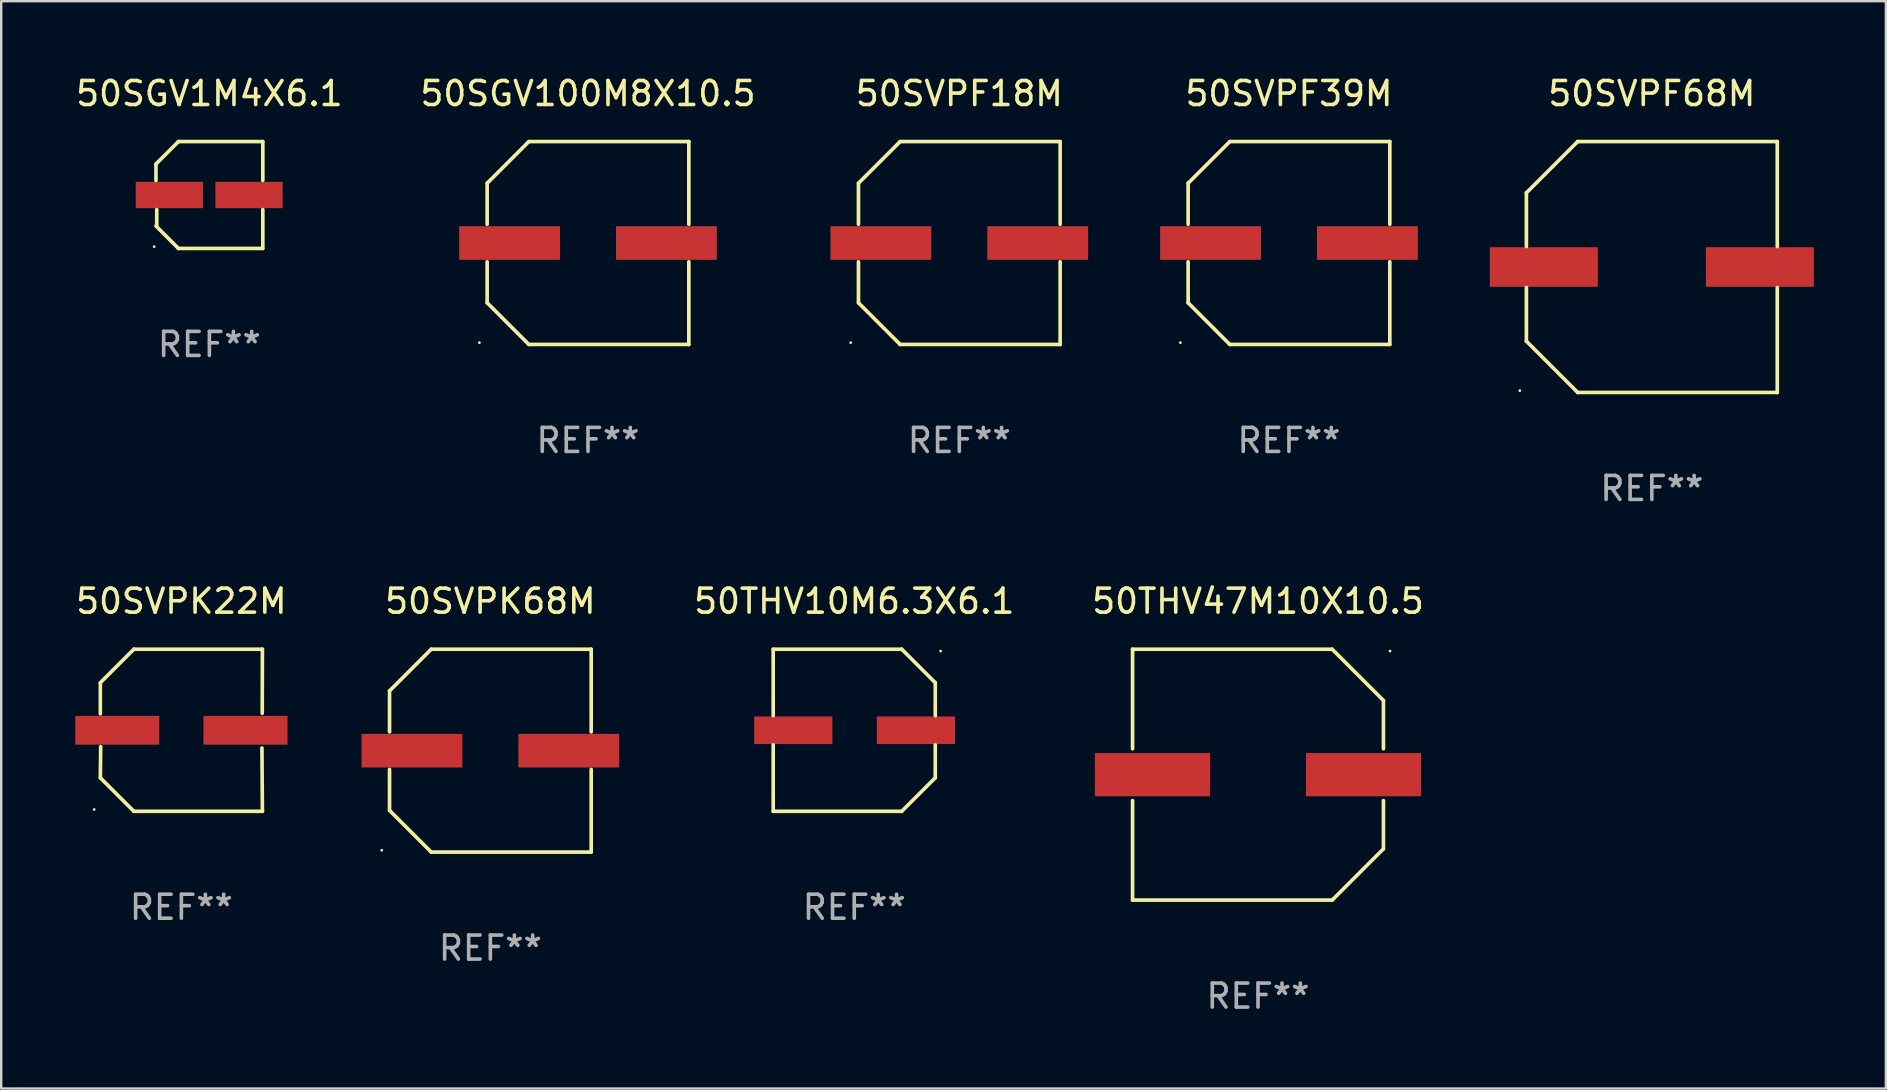
<source format=kicad_pcb>
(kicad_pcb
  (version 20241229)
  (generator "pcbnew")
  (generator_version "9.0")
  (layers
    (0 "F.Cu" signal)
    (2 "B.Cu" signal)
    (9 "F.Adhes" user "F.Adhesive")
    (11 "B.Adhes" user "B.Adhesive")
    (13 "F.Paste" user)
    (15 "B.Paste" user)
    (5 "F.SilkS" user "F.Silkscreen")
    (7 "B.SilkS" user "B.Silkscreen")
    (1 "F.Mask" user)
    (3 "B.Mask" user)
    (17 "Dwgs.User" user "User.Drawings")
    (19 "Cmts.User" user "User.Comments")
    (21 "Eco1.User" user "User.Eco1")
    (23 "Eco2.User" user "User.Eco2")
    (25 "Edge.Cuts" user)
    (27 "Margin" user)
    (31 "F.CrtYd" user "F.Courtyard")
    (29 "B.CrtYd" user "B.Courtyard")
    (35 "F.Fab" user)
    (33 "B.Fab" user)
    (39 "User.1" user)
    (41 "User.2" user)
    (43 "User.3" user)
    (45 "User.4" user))
  (footprint "50SGV1M4X6.1"
    (layer "F.Cu")
    (at 5.673 5.074)
    (property "Reference" "50SGV1M4X6.1" (at 0 -4.226 0) (layer "F.SilkS") (effects (font (size 1 1) (thickness 0.15))))
    (attr through_hole)
    (fp_line (start -2.226 -1.29) (end -2.226 -0.607) (stroke (width 0.152) (type solid)) (layer "F.SilkS"))
    (fp_line (start -2.193 1.29) (end -2.193 0.607) (stroke (width 0.152) (type solid)) (layer "F.SilkS"))
    (fp_line (start -1.29 2.226) (end -2.226 1.29) (stroke (width 0.152) (type solid)) (layer "F.SilkS"))
    (fp_line (start -1.29 -2.226) (end -2.226 -1.29) (stroke (width 0.152) (type solid)) (layer "F.SilkS"))
    (fp_line (start 2.226 -2.226) (end -1.29 -2.226) (stroke (width 0.152) (type solid)) (layer "F.SilkS"))
    (fp_line (start 2.226 -0.607) (end 2.226 -2.226) (stroke (width 0.152) (type solid)) (layer "F.SilkS"))
    (fp_line (start 2.226 0.607) (end 2.226 2.226) (stroke (width 0.152) (type solid)) (layer "F.SilkS"))
    (fp_line (start 2.226 2.226) (end -1.29 2.226) (stroke (width 0.152) (type solid)) (layer "F.SilkS"))
    (fp_circle (center -2.3 2.15) (end -2.27 2.15) (stroke (width 0.06) (type solid)) (fill no) (layer "F.SilkS"))
    (fp_text user "REF**" (at 0 6.226 0) (layer "F.Fab") (effects (font (size 1 1) (thickness 0.15))))
    (pad "1" smd rect (at -1.67 -0.000025) (size 2.8 1.1) (layers "F.Cu" "F.Mask" "F.Paste"))
    (pad "2" smd rect (at 1.651 -0.000025) (size 2.8 1.1) (layers "F.Cu" "F.Mask" "F.Paste")))
  (footprint "50SVPF68M"
    (layer "F.Cu")
    (at 65.766 8.074)
    (property "Reference" "50SVPF68M" (at 0 -7.226 0) (layer "F.SilkS") (effects (font (size 1 1) (thickness 0.15))))
    (attr through_hole)
    (fp_line (start -5.226 -3.09) (end -5.226 -0.852) (stroke (width 0.152) (type solid)) (layer "F.SilkS"))
    (fp_line (start -5.226 3.09) (end -5.226 0.852) (stroke (width 0.152) (type solid)) (layer "F.SilkS"))
    (fp_line (start -3.09 -5.226) (end -5.226 -3.09) (stroke (width 0.152) (type solid)) (layer "F.SilkS"))
    (fp_line (start -3.09 5.226) (end -5.226 3.09) (stroke (width 0.152) (type solid)) (layer "F.SilkS"))
    (fp_line (start 5.226 -5.226) (end -3.09 -5.226) (stroke (width 0.152) (type solid)) (layer "F.SilkS"))
    (fp_line (start 5.226 -0.852) (end 5.226 -5.226) (stroke (width 0.152) (type solid)) (layer "F.SilkS"))
    (fp_line (start 5.226 0.852) (end 5.226 5.226) (stroke (width 0.152) (type solid)) (layer "F.SilkS"))
    (fp_line (start 5.226 5.226) (end -3.09 5.226) (stroke (width 0.152) (type solid)) (layer "F.SilkS"))
    (fp_circle (center -5.5 5.15) (end -5.47 5.15) (stroke (width 0.06) (type solid)) (fill no) (layer "F.SilkS"))
    (fp_text user "REF**" (at 0 9.226 0) (layer "F.Fab") (effects (font (size 1 1) (thickness 0.15))))
    (pad "1" smd rect (at -4.5 -0.000025) (size 4.5 1.65) (layers "F.Cu" "F.Mask" "F.Paste"))
    (pad "2" smd rect (at 4.5 -0.000025) (size 4.5 1.65) (layers "F.Cu" "F.Mask" "F.Paste")))
  (footprint "50SVPK68M"
    (layer "F.Cu")
    (at 17.379 28.223)
    (property "Reference" "50SVPK68M" (at 0 -6.226 0) (layer "F.SilkS") (effects (font (size 1 1) (thickness 0.15))))
    (attr through_hole)
    (fp_line (start -4.201 -2.49) (end -4.201 -0.782) (stroke (width 0.152) (type solid)) (layer "F.SilkS"))
    (fp_line (start -4.201 2.49) (end -4.201 0.782) (stroke (width 0.152) (type solid)) (layer "F.SilkS"))
    (fp_line (start -2.465 -4.226) (end -4.201 -2.49) (stroke (width 0.152) (type solid)) (layer "F.SilkS"))
    (fp_line (start -2.465 4.226) (end -4.201 2.49) (stroke (width 0.152) (type solid)) (layer "F.SilkS"))
    (fp_line (start 4.201 -4.226) (end -2.465 -4.226) (stroke (width 0.152) (type solid)) (layer "F.SilkS"))
    (fp_line (start 4.201 -0.782) (end 4.201 -4.226) (stroke (width 0.152) (type solid)) (layer "F.SilkS"))
    (fp_line (start 4.201 0.782) (end 4.201 4.226) (stroke (width 0.152) (type solid)) (layer "F.SilkS"))
    (fp_line (start 4.201 4.226) (end -2.465 4.226) (stroke (width 0.152) (type solid)) (layer "F.SilkS"))
    (fp_circle (center -4.524 4.15) (end -4.494 4.15) (stroke (width 0.06) (type solid)) (fill no) (layer "F.SilkS"))
    (fp_text user "REF**" (at 0 8.226 0) (layer "F.Fab") (effects (font (size 1 1) (thickness 0.15))))
    (pad "1" smd rect (at -3.267 0) (size 4.2 1.4) (layers "F.Cu" "F.Mask" "F.Paste"))
    (pad "2" smd rect (at 3.267 0) (size 4.2 1.4) (layers "F.Cu" "F.Mask" "F.Paste")))
  (footprint "50THV10M6.3X6.1"
    (layer "F.Cu")
    (at 32.538 27.373)
    (property "Reference" "50THV10M6.3X6.1" (at 0 -5.376 0) (layer "F.SilkS") (effects (font (size 1 1) (thickness 0.15))))
    (attr through_hole)
    (fp_line (start -3.376 -3.376) (end 1.98 -3.376) (stroke (width 0.152) (type solid)) (layer "F.SilkS"))
    (fp_line (start -3.376 -0.607) (end -3.376 -3.376) (stroke (width 0.152) (type solid)) (layer "F.SilkS"))
    (fp_line (start -3.376 0.607) (end -3.376 3.376) (stroke (width 0.152) (type solid)) (layer "F.SilkS"))
    (fp_line (start -3.376 3.376) (end 1.98 3.376) (stroke (width 0.152) (type solid)) (layer "F.SilkS"))
    (fp_line (start 1.98 -3.376) (end 3.376 -1.98) (stroke (width 0.152) (type solid)) (layer "F.SilkS"))
    (fp_line (start 1.98 3.376) (end 3.376 1.98) (stroke (width 0.152) (type solid)) (layer "F.SilkS"))
    (fp_line (start 3.376 -1.98) (end 3.376 -0.607) (stroke (width 0.152) (type solid)) (layer "F.SilkS"))
    (fp_line (start 3.376 1.98) (end 3.376 0.607) (stroke (width 0.152) (type solid)) (layer "F.SilkS"))
    (fp_circle (center 3.6 -3.3) (end 3.63 -3.3) (stroke (width 0.06) (type solid)) (fill no) (layer "F.SilkS"))
    (fp_text user "REF**" (at 0 7.376 0) (layer "F.Fab") (effects (font (size 1 1) (thickness 0.15))))
    (pad "1" smd rect (at 2.57 0 180) (size 3.26 1.15) (layers "F.Cu" "F.Mask" "F.Paste"))
    (pad "2" smd rect (at -2.54 0 180) (size 3.26 1.15) (layers "F.Cu" "F.Mask" "F.Paste")))
  (footprint "50SGV100M8X10.5"
    (layer "F.Cu")
    (at 21.446 7.074)
    (property "Reference" "50SGV100M8X10.5" (at 0 -6.226 0) (layer "F.SilkS") (effects (font (size 1 1) (thickness 0.15))))
    (attr through_hole)
    (fp_line (start -4.201 -2.49) (end -4.201 -0.782) (stroke (width 0.152) (type solid)) (layer "F.SilkS"))
    (fp_line (start -4.201 2.49) (end -4.201 0.782) (stroke (width 0.152) (type solid)) (layer "F.SilkS"))
    (fp_line (start -2.465 -4.226) (end -4.201 -2.49) (stroke (width 0.152) (type solid)) (layer "F.SilkS"))
    (fp_line (start -2.465 4.226) (end -4.201 2.49) (stroke (width 0.152) (type solid)) (layer "F.SilkS"))
    (fp_line (start 4.201 -4.226) (end -2.465 -4.226) (stroke (width 0.152) (type solid)) (layer "F.SilkS"))
    (fp_line (start 4.201 -0.782) (end 4.201 -4.226) (stroke (width 0.152) (type solid)) (layer "F.SilkS"))
    (fp_line (start 4.201 0.782) (end 4.201 4.226) (stroke (width 0.152) (type solid)) (layer "F.SilkS"))
    (fp_line (start 4.201 4.226) (end -2.465 4.226) (stroke (width 0.152) (type solid)) (layer "F.SilkS"))
    (fp_circle (center -4.524 4.15) (end -4.494 4.15) (stroke (width 0.06) (type solid)) (fill no) (layer "F.SilkS"))
    (fp_text user "REF**" (at 0 8.226 0) (layer "F.Fab") (effects (font (size 1 1) (thickness 0.15))))
    (pad "1" smd rect (at -3.267 0) (size 4.2 1.4) (layers "F.Cu" "F.Mask" "F.Paste"))
    (pad "2" smd rect (at 3.267 0) (size 4.2 1.4) (layers "F.Cu" "F.Mask" "F.Paste")))
  (footprint "50THV47M10X10.5"
    (layer "F.Cu")
    (at 49.359 29.223)
    (property "Reference" "50THV47M10X10.5" (at 0 -7.226 0) (layer "F.SilkS") (effects (font (size 1 1) (thickness 0.15))))
    (attr through_hole)
    (fp_line (start -5.226 -5.226) (end -5.226 -1.08) (stroke (width 0.152) (type solid)) (layer "F.SilkS"))
    (fp_line (start -5.226 -5.226) (end 3.09 -5.226) (stroke (width 0.152) (type solid)) (layer "F.SilkS"))
    (fp_line (start -5.226 1.08) (end -5.226 5.226) (stroke (width 0.152) (type solid)) (layer "F.SilkS"))
    (fp_line (start -5.226 5.226) (end 3.09 5.226) (stroke (width 0.152) (type solid)) (layer "F.SilkS"))
    (fp_line (start 3.09 -5.226) (end 5.226 -3.09) (stroke (width 0.152) (type solid)) (layer "F.SilkS"))
    (fp_line (start 3.09 5.226) (end 5.226 3.09) (stroke (width 0.152) (type solid)) (layer "F.SilkS"))
    (fp_line (start 5.226 -1.08) (end 5.226 -3.09) (stroke (width 0.152) (type solid)) (layer "F.SilkS"))
    (fp_line (start 5.226 3.09) (end 5.226 1.08) (stroke (width 0.152) (type solid)) (layer "F.SilkS"))
    (fp_circle (center 5.5 -5.15) (end 5.53 -5.15) (stroke (width 0.06) (type solid)) (fill no) (layer "F.SilkS"))
    (fp_text user "REF**" (at 0 9.226 0) (layer "F.Fab") (effects (font (size 1 1) (thickness 0.15))))
    (pad "1" smd rect (at 4.395 0 180) (size 4.8 1.8) (layers "F.Cu" "F.Mask" "F.Paste"))
    (pad "2" smd rect (at -4.395 0 180) (size 4.8 1.8) (layers "F.Cu" "F.Mask" "F.Paste")))
  (footprint "50SVPK22M"
    (layer "F.Cu")
    (at 4.506 27.373)
    (property "Reference" "50SVPK22M" (at 0 -5.376 0) (layer "F.SilkS") (effects (font (size 1 1) (thickness 0.15))))
    (attr through_hole)
    (fp_line (start -3.376 -1.98) (end -3.376 -0.686) (stroke (width 0.152) (type solid)) (layer "F.SilkS"))
    (fp_line (start -3.376 1.981) (end -3.362 0.686) (stroke (width 0.152) (type solid)) (layer "F.SilkS"))
    (fp_line (start -1.981 3.376) (end -3.376 1.981) (stroke (width 0.152) (type solid)) (layer "F.SilkS"))
    (fp_line (start -1.98 -3.376) (end -3.376 -1.98) (stroke (width 0.152) (type solid)) (layer "F.SilkS"))
    (fp_line (start 3.356 0.74) (end 3.376 3.376) (stroke (width 0.152) (type solid)) (layer "F.SilkS"))
    (fp_line (start 3.369 -0.707) (end 3.376 -3.376) (stroke (width 0.152) (type solid)) (layer "F.SilkS"))
    (fp_line (start 3.376 3.376) (end -1.981 3.376) (stroke (width 0.152) (type solid)) (layer "F.SilkS"))
    (fp_line (start 3.376 -3.376) (end -1.98 -3.376) (stroke (width 0.152) (type solid)) (layer "F.SilkS"))
    (fp_circle (center -3.634 3.3) (end -3.604 3.3) (stroke (width 0.06) (type solid)) (fill no) (layer "F.SilkS"))
    (fp_text user "REF**" (at 0 7.376 0) (layer "F.Fab") (effects (font (size 1 1) (thickness 0.15))))
    (pad "1" smd rect (at -2.67 0.000254) (size 3.5 1.2) (layers "F.Cu" "F.Mask" "F.Paste"))
    (pad "2" smd rect (at 2.67 0.000254) (size 3.5 1.2) (layers "F.Cu" "F.Mask" "F.Paste")))
  (footprint "50SVPF18M"
    (layer "F.Cu")
    (at 36.915 7.074)
    (property "Reference" "50SVPF18M" (at 0 -6.226 0) (layer "F.SilkS") (effects (font (size 1 1) (thickness 0.15))))
    (attr through_hole)
    (fp_line (start -4.201 -2.49) (end -4.201 -0.782) (stroke (width 0.152) (type solid)) (layer "F.SilkS"))
    (fp_line (start -4.201 2.49) (end -4.201 0.782) (stroke (width 0.152) (type solid)) (layer "F.SilkS"))
    (fp_line (start -2.465 -4.226) (end -4.201 -2.49) (stroke (width 0.152) (type solid)) (layer "F.SilkS"))
    (fp_line (start -2.465 4.226) (end -4.201 2.49) (stroke (width 0.152) (type solid)) (layer "F.SilkS"))
    (fp_line (start 4.201 -4.226) (end -2.465 -4.226) (stroke (width 0.152) (type solid)) (layer "F.SilkS"))
    (fp_line (start 4.201 -0.782) (end 4.201 -4.226) (stroke (width 0.152) (type solid)) (layer "F.SilkS"))
    (fp_line (start 4.201 0.782) (end 4.201 4.226) (stroke (width 0.152) (type solid)) (layer "F.SilkS"))
    (fp_line (start 4.201 4.226) (end -2.465 4.226) (stroke (width 0.152) (type solid)) (layer "F.SilkS"))
    (fp_circle (center -4.524 4.15) (end -4.494 4.15) (stroke (width 0.06) (type solid)) (fill no) (layer "F.SilkS"))
    (fp_text user "REF**" (at 0 8.226 0) (layer "F.Fab") (effects (font (size 1 1) (thickness 0.15))))
    (pad "1" smd rect (at -3.267 0) (size 4.2 1.4) (layers "F.Cu" "F.Mask" "F.Paste"))
    (pad "2" smd rect (at 3.267 0) (size 4.2 1.4) (layers "F.Cu" "F.Mask" "F.Paste")))
  (footprint "50SVPF39M"
    (layer "F.Cu")
    (at 50.649 7.074)
    (property "Reference" "50SVPF39M" (at 0 -6.226 0) (layer "F.SilkS") (effects (font (size 1 1) (thickness 0.15))))
    (attr through_hole)
    (fp_line (start -4.201 -2.49) (end -4.201 -0.782) (stroke (width 0.152) (type solid)) (layer "F.SilkS"))
    (fp_line (start -4.201 2.49) (end -4.201 0.782) (stroke (width 0.152) (type solid)) (layer "F.SilkS"))
    (fp_line (start -2.465 -4.226) (end -4.201 -2.49) (stroke (width 0.152) (type solid)) (layer "F.SilkS"))
    (fp_line (start -2.465 4.226) (end -4.201 2.49) (stroke (width 0.152) (type solid)) (layer "F.SilkS"))
    (fp_line (start 4.201 -4.226) (end -2.465 -4.226) (stroke (width 0.152) (type solid)) (layer "F.SilkS"))
    (fp_line (start 4.201 -0.782) (end 4.201 -4.226) (stroke (width 0.152) (type solid)) (layer "F.SilkS"))
    (fp_line (start 4.201 0.782) (end 4.201 4.226) (stroke (width 0.152) (type solid)) (layer "F.SilkS"))
    (fp_line (start 4.201 4.226) (end -2.465 4.226) (stroke (width 0.152) (type solid)) (layer "F.SilkS"))
    (fp_circle (center -4.524 4.15) (end -4.494 4.15) (stroke (width 0.06) (type solid)) (fill no) (layer "F.SilkS"))
    (fp_text user "REF**" (at 0 8.226 0) (layer "F.Fab") (effects (font (size 1 1) (thickness 0.15))))
    (pad "1" smd rect (at -3.267 0) (size 4.2 1.4) (layers "F.Cu" "F.Mask" "F.Paste"))
    (pad "2" smd rect (at 3.267 0) (size 4.2 1.4) (layers "F.Cu" "F.Mask" "F.Paste")))
  (gr_rect
    (start -3 -3)
    (end 75.516 42.298)
    (stroke (width 0.1) (type default))
    (fill no)
    (layer "Edge.Cuts")))
</source>
